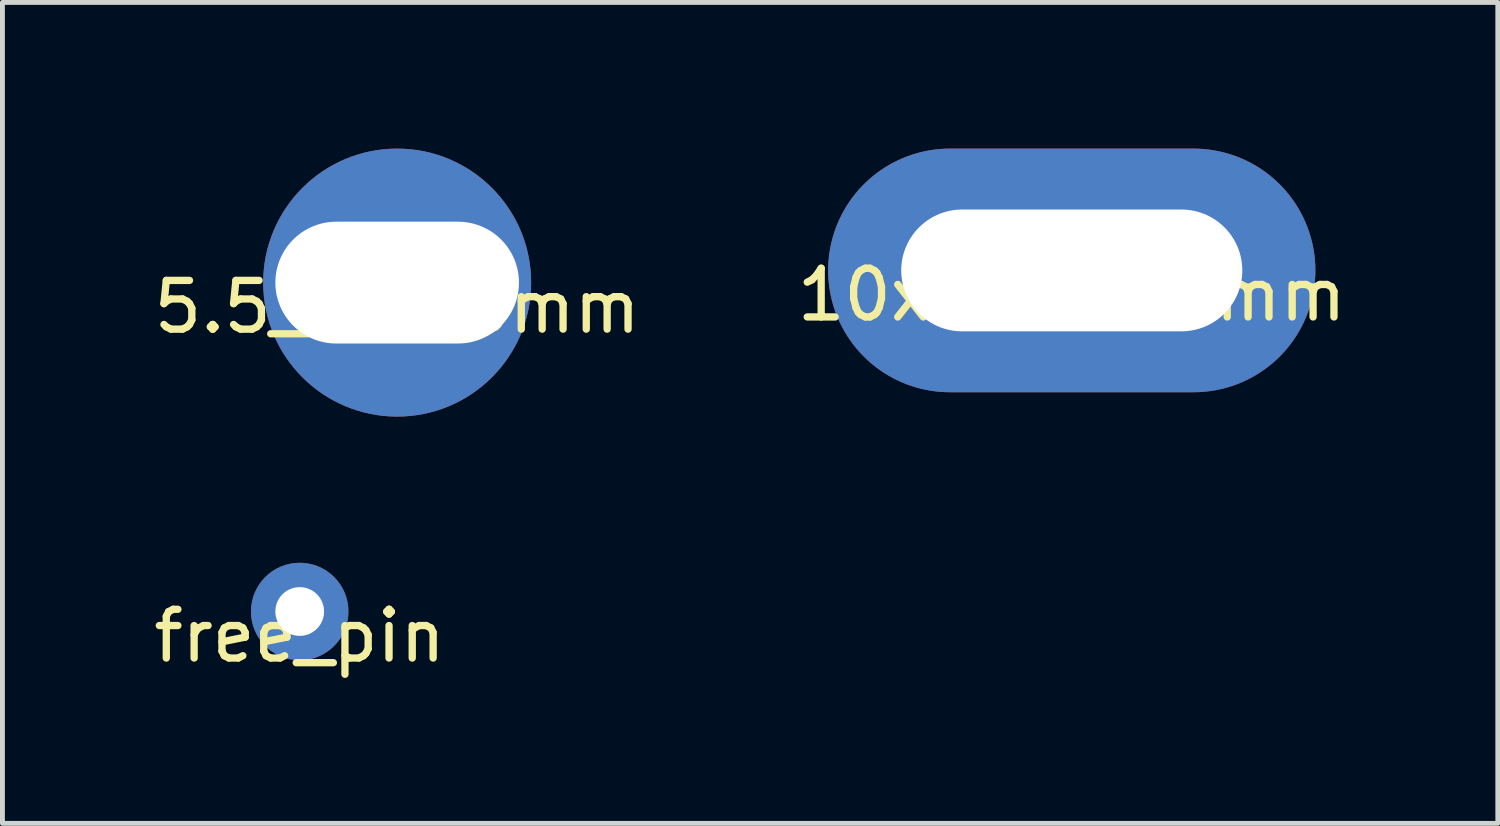
<source format=kicad_pcb>
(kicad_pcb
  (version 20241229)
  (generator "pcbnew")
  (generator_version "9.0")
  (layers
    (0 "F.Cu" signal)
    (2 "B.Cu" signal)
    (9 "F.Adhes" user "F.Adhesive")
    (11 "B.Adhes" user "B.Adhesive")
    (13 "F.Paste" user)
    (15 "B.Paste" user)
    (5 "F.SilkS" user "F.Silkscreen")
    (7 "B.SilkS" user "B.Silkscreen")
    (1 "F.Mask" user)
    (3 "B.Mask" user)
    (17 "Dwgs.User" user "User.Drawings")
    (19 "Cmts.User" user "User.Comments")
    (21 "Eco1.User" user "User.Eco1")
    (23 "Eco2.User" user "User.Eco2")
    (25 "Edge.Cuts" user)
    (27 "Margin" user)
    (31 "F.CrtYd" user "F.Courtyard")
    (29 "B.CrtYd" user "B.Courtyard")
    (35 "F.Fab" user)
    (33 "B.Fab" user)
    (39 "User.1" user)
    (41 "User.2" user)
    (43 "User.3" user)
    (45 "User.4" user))
  (footprint "5.5_5x2.5mm"
    (layer "F.Cu")
    (at 5.101 2.75)
    (property "Reference" "5.5_5x2.5mm" (at 0 0.5 0) (layer "F.SilkS") (effects (font (size 1 1) (thickness 0.15))))
    (attr through_hole)
    (pad "1" thru_hole circle (at 0 0) (size 5.5 5.5) (drill oval 5 2.5) (layers "*.Cu" "*.Mask")))
  (footprint "10x5_7x2.5mm"
    (layer "F.Cu")
    (at 18.946 2.5)
    (property "Reference" "10x5_7x2.5mm" (at 0 0.5 0) (layer "F.SilkS") (effects (font (size 1 1) (thickness 0.15))))
    (attr through_hole)
    (pad "1" thru_hole oval (at 0 0) (size 10 5) (drill oval 7 2.5) (layers "*.Cu" "*.Mask")))
  (footprint "free_pin"
    (layer "F.Cu")
    (at 3.101 9.5)
    (property "Reference" "free_pin" (at 0 0.5 0) (layer "F.SilkS") (effects (font (size 1 1) (thickness 0.15))))
    (attr through_hole)
    (pad "1" thru_hole circle (at 0 0) (size 2 2) (drill 1) (layers "*.Cu" "*.Mask")))
  (gr_rect
    (start -3 -3)
    (end 27.69 13.848)
    (stroke (width 0.1) (type default))
    (fill no)
    (layer "Edge.Cuts")))
</source>
